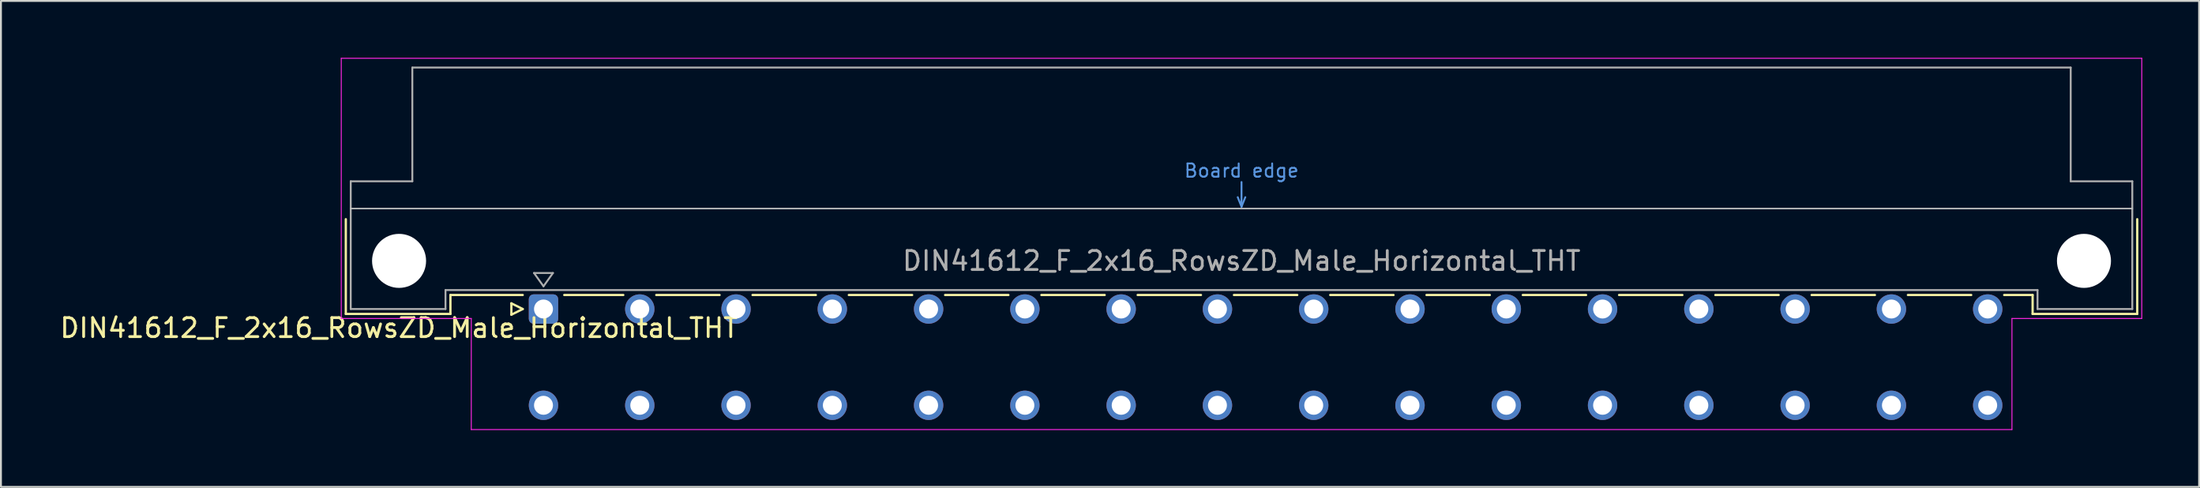
<source format=kicad_pcb>
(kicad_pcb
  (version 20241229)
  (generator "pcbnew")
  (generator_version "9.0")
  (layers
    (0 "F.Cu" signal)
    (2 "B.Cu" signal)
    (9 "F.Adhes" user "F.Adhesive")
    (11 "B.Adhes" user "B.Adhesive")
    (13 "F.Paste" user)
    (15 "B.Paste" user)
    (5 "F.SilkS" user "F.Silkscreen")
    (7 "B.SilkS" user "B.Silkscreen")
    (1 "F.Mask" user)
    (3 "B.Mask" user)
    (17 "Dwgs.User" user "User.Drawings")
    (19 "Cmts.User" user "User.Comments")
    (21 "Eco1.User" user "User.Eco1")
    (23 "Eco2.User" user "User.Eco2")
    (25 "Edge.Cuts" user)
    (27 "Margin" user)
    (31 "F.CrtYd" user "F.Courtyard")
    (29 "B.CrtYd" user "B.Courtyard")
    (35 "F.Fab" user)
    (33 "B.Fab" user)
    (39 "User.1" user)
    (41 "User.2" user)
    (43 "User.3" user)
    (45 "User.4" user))
  (footprint "DIN41612_F_2x16_RowsZD_Male_Horizontal_THT"
    (layer "F.Cu")
    (at 23.086 13.255)
    (property "Reference" "DIN41612_F_2x16_RowsZD_Male_Horizontal_THT" (at -5.08 1 0) (layer "F.SilkS") (effects (font (size 1 1) (thickness 0.15))))
    (attr through_hole)
    (fp_line (start -7.89 -4.74) (end -7.89 0.26) (stroke (width 0.12) (type solid)) (layer "F.SilkS"))
    (fp_line (start -7.89 0.26) (end -2.37 0.26) (stroke (width 0.12) (type solid)) (layer "F.SilkS"))
    (fp_line (start -2.371 -0.74) (end 1.445 -0.74) (stroke (width 0.12) (type solid)) (layer "F.SilkS"))
    (fp_line (start -2.37 0.26) (end -2.37 -0.74) (stroke (width 0.12) (type solid)) (layer "F.SilkS"))
    (fp_line (start 0.845 -0.3) (end 0.845 0.3) (stroke (width 0.12) (type solid)) (layer "F.SilkS"))
    (fp_line (start 0.845 0.3) (end 1.445 0) (stroke (width 0.12) (type solid)) (layer "F.SilkS"))
    (fp_line (start 1.445 0) (end 0.845 -0.3) (stroke (width 0.12) (type solid)) (layer "F.SilkS"))
    (fp_line (start 3.635 -0.74) (end 6.751 -0.74) (stroke (width 0.12) (type solid)) (layer "F.SilkS"))
    (fp_line (start 8.49 -0.74) (end 11.831 -0.74) (stroke (width 0.12) (type solid)) (layer "F.SilkS"))
    (fp_line (start 13.57 -0.74) (end 16.911 -0.74) (stroke (width 0.12) (type solid)) (layer "F.SilkS"))
    (fp_line (start 18.65 -0.74) (end 21.991 -0.74) (stroke (width 0.12) (type solid)) (layer "F.SilkS"))
    (fp_line (start 23.73 -0.74) (end 27.071 -0.74) (stroke (width 0.12) (type solid)) (layer "F.SilkS"))
    (fp_line (start 28.81 -0.74) (end 32.151 -0.74) (stroke (width 0.12) (type solid)) (layer "F.SilkS"))
    (fp_line (start 33.89 -0.74) (end 37.231 -0.74) (stroke (width 0.12) (type solid)) (layer "F.SilkS"))
    (fp_line (start 38.97 -0.74) (end 42.311 -0.74) (stroke (width 0.12) (type solid)) (layer "F.SilkS"))
    (fp_line (start 44.05 -0.74) (end 47.391 -0.74) (stroke (width 0.12) (type solid)) (layer "F.SilkS"))
    (fp_line (start 49.13 -0.74) (end 52.471 -0.74) (stroke (width 0.12) (type solid)) (layer "F.SilkS"))
    (fp_line (start 54.21 -0.74) (end 57.551 -0.74) (stroke (width 0.12) (type solid)) (layer "F.SilkS"))
    (fp_line (start 59.29 -0.74) (end 62.631 -0.74) (stroke (width 0.12) (type solid)) (layer "F.SilkS"))
    (fp_line (start 64.37 -0.74) (end 67.711 -0.74) (stroke (width 0.12) (type solid)) (layer "F.SilkS"))
    (fp_line (start 69.45 -0.74) (end 72.791 -0.74) (stroke (width 0.12) (type solid)) (layer "F.SilkS"))
    (fp_line (start 74.53 -0.74) (end 77.871 -0.74) (stroke (width 0.12) (type solid)) (layer "F.SilkS"))
    (fp_line (start 79.61 -0.74) (end 81.11 -0.74) (stroke (width 0.12) (type solid)) (layer "F.SilkS"))
    (fp_line (start 81.11 0.26) (end 81.11 -0.74) (stroke (width 0.12) (type solid)) (layer "F.SilkS"))
    (fp_line (start 86.63 -4.74) (end 86.63 0.26) (stroke (width 0.12) (type solid)) (layer "F.SilkS"))
    (fp_line (start 86.63 0.26) (end 81.11 0.26) (stroke (width 0.12) (type solid)) (layer "F.SilkS"))
    (fp_line (start -7.63 -5.3) (end 86.37 -5.3) (stroke (width 0.08) (type solid)) (layer "Dwgs.User"))
    (fp_line (start 39.17 -5.9) (end 39.37 -5.4) (stroke (width 0.1) (type solid)) (layer "Cmts.User"))
    (fp_line (start 39.37 -5.4) (end 39.37 -6.7) (stroke (width 0.1) (type solid)) (layer "Cmts.User"))
    (fp_line (start 39.37 -5.4) (end 39.57 -5.9) (stroke (width 0.1) (type solid)) (layer "Cmts.User"))
    (fp_line (start -8.13 -13.23) (end -8.13 0.5) (stroke (width 0.05) (type solid)) (layer "F.CrtYd"))
    (fp_line (start -8.13 0.5) (end -1.27 0.5) (stroke (width 0.05) (type solid)) (layer "F.CrtYd"))
    (fp_line (start -1.27 0.5) (end -1.27 6.36) (stroke (width 0.05) (type solid)) (layer "F.CrtYd"))
    (fp_line (start -1.27 6.36) (end 80.02 6.36) (stroke (width 0.05) (type solid)) (layer "F.CrtYd"))
    (fp_line (start 80.02 0.5) (end 86.87 0.5) (stroke (width 0.05) (type solid)) (layer "F.CrtYd"))
    (fp_line (start 80.02 6.36) (end 80.02 0.5) (stroke (width 0.05) (type solid)) (layer "F.CrtYd"))
    (fp_line (start 86.87 -13.23) (end -8.13 -13.23) (stroke (width 0.05) (type solid)) (layer "F.CrtYd"))
    (fp_line (start 86.87 0.5) (end 86.87 -13.23) (stroke (width 0.05) (type solid)) (layer "F.CrtYd"))
    (fp_line (start -7.63 -6.74) (end -7.63 0) (stroke (width 0.1) (type solid)) (layer "F.Fab"))
    (fp_line (start -7.63 0) (end -2.63 0) (stroke (width 0.1) (type solid)) (layer "F.Fab"))
    (fp_line (start -4.38 -12.74) (end -4.38 -6.74) (stroke (width 0.1) (type solid)) (layer "F.Fab"))
    (fp_line (start -4.38 -6.74) (end -7.63 -6.74) (stroke (width 0.1) (type solid)) (layer "F.Fab"))
    (fp_line (start -2.63 -1) (end 81.37 -1) (stroke (width 0.1) (type solid)) (layer "F.Fab"))
    (fp_line (start -2.63 0) (end -2.63 -1) (stroke (width 0.1) (type solid)) (layer "F.Fab"))
    (fp_line (start 2.04 -1.9) (end 3.04 -1.9) (stroke (width 0.1) (type solid)) (layer "F.Fab"))
    (fp_line (start 2.54 -1.2) (end 2.04 -1.9) (stroke (width 0.1) (type solid)) (layer "F.Fab"))
    (fp_line (start 3.04 -1.9) (end 2.54 -1.2) (stroke (width 0.1) (type solid)) (layer "F.Fab"))
    (fp_line (start 81.37 -1) (end 81.37 0) (stroke (width 0.1) (type solid)) (layer "F.Fab"))
    (fp_line (start 81.37 0) (end 86.37 0) (stroke (width 0.1) (type solid)) (layer "F.Fab"))
    (fp_line (start 83.12 -12.74) (end -4.38 -12.74) (stroke (width 0.1) (type solid)) (layer "F.Fab"))
    (fp_line (start 83.12 -6.74) (end 83.12 -12.74) (stroke (width 0.1) (type solid)) (layer "F.Fab"))
    (fp_line (start 86.37 -6.74) (end 83.12 -6.74) (stroke (width 0.1) (type solid)) (layer "F.Fab"))
    (fp_line (start 86.37 0) (end 86.37 -6.74) (stroke (width 0.1) (type solid)) (layer "F.Fab"))
    (fp_text user "Board edge" (at 39.37 -7.3 0) (layer "Cmts.User") (effects (font (size 0.7 0.7) (thickness 0.1))))
    (fp_text user "${REFERENCE}" (at 39.37 -2.54 0) (layer "F.Fab") (effects (font (size 1 1) (thickness 0.15))))
    (pad "" np_thru_hole circle (at -5.08 -2.54) (size 2.85 2.85) (drill 2.85) (layers "*.Cu" "*.Mask"))
    (pad "" np_thru_hole circle (at 83.82 -2.54) (size 2.85 2.85) (drill 2.85) (layers "*.Cu" "*.Mask"))
    (pad "d2" thru_hole circle (at 2.54 5.08) (size 1.55 1.55) (drill 1) (layers "*.Cu" "*.Mask"))
    (pad "d4" thru_hole circle (at 7.62 5.08) (size 1.55 1.55) (drill 1) (layers "*.Cu" "*.Mask"))
    (pad "d6" thru_hole circle (at 12.7 5.08) (size 1.55 1.55) (drill 1) (layers "*.Cu" "*.Mask"))
    (pad "d8" thru_hole circle (at 17.78 5.08) (size 1.55 1.55) (drill 1) (layers "*.Cu" "*.Mask"))
    (pad "d10" thru_hole circle (at 22.86 5.08) (size 1.55 1.55) (drill 1) (layers "*.Cu" "*.Mask"))
    (pad "d12" thru_hole circle (at 27.94 5.08) (size 1.55 1.55) (drill 1) (layers "*.Cu" "*.Mask"))
    (pad "d14" thru_hole circle (at 33.02 5.08) (size 1.55 1.55) (drill 1) (layers "*.Cu" "*.Mask"))
    (pad "d16" thru_hole circle (at 38.1 5.08) (size 1.55 1.55) (drill 1) (layers "*.Cu" "*.Mask"))
    (pad "d18" thru_hole circle (at 43.18 5.08) (size 1.55 1.55) (drill 1) (layers "*.Cu" "*.Mask"))
    (pad "d20" thru_hole circle (at 48.26 5.08) (size 1.55 1.55) (drill 1) (layers "*.Cu" "*.Mask"))
    (pad "d22" thru_hole circle (at 53.34 5.08) (size 1.55 1.55) (drill 1) (layers "*.Cu" "*.Mask"))
    (pad "d24" thru_hole circle (at 58.42 5.08) (size 1.55 1.55) (drill 1) (layers "*.Cu" "*.Mask"))
    (pad "d26" thru_hole circle (at 63.5 5.08) (size 1.55 1.55) (drill 1) (layers "*.Cu" "*.Mask"))
    (pad "d28" thru_hole circle (at 68.58 5.08) (size 1.55 1.55) (drill 1) (layers "*.Cu" "*.Mask"))
    (pad "d30" thru_hole circle (at 73.66 5.08) (size 1.55 1.55) (drill 1) (layers "*.Cu" "*.Mask"))
    (pad "d32" thru_hole circle (at 78.74 5.08) (size 1.55 1.55) (drill 1) (layers "*.Cu" "*.Mask"))
    (pad "z2" thru_hole roundrect (at 2.54 0) (size 1.55 1.55) (drill 1) (layers "*.Cu" "*.Mask") (roundrect_rratio 0.161))
    (pad "z4" thru_hole circle (at 7.62 0) (size 1.55 1.55) (drill 1) (layers "*.Cu" "*.Mask"))
    (pad "z6" thru_hole circle (at 12.7 0) (size 1.55 1.55) (drill 1) (layers "*.Cu" "*.Mask"))
    (pad "z8" thru_hole circle (at 17.78 0) (size 1.55 1.55) (drill 1) (layers "*.Cu" "*.Mask"))
    (pad "z10" thru_hole circle (at 22.86 0) (size 1.55 1.55) (drill 1) (layers "*.Cu" "*.Mask"))
    (pad "z12" thru_hole circle (at 27.94 0) (size 1.55 1.55) (drill 1) (layers "*.Cu" "*.Mask"))
    (pad "z14" thru_hole circle (at 33.02 0) (size 1.55 1.55) (drill 1) (layers "*.Cu" "*.Mask"))
    (pad "z16" thru_hole circle (at 38.1 0) (size 1.55 1.55) (drill 1) (layers "*.Cu" "*.Mask"))
    (pad "z18" thru_hole circle (at 43.18 0) (size 1.55 1.55) (drill 1) (layers "*.Cu" "*.Mask"))
    (pad "z20" thru_hole circle (at 48.26 0) (size 1.55 1.55) (drill 1) (layers "*.Cu" "*.Mask"))
    (pad "z22" thru_hole circle (at 53.34 0) (size 1.55 1.55) (drill 1) (layers "*.Cu" "*.Mask"))
    (pad "z24" thru_hole circle (at 58.42 0) (size 1.55 1.55) (drill 1) (layers "*.Cu" "*.Mask"))
    (pad "z26" thru_hole circle (at 63.5 0) (size 1.55 1.55) (drill 1) (layers "*.Cu" "*.Mask"))
    (pad "z28" thru_hole circle (at 68.58 0) (size 1.55 1.55) (drill 1) (layers "*.Cu" "*.Mask"))
    (pad "z30" thru_hole circle (at 73.66 0) (size 1.55 1.55) (drill 1) (layers "*.Cu" "*.Mask"))
    (pad "z32" thru_hole circle (at 78.74 0) (size 1.55 1.55) (drill 1) (layers "*.Cu" "*.Mask")))
  (gr_rect
    (start -3 -3)
    (end 112.981 22.64)
    (stroke (width 0.1) (type default))
    (fill no)
    (layer "Edge.Cuts")))
</source>
